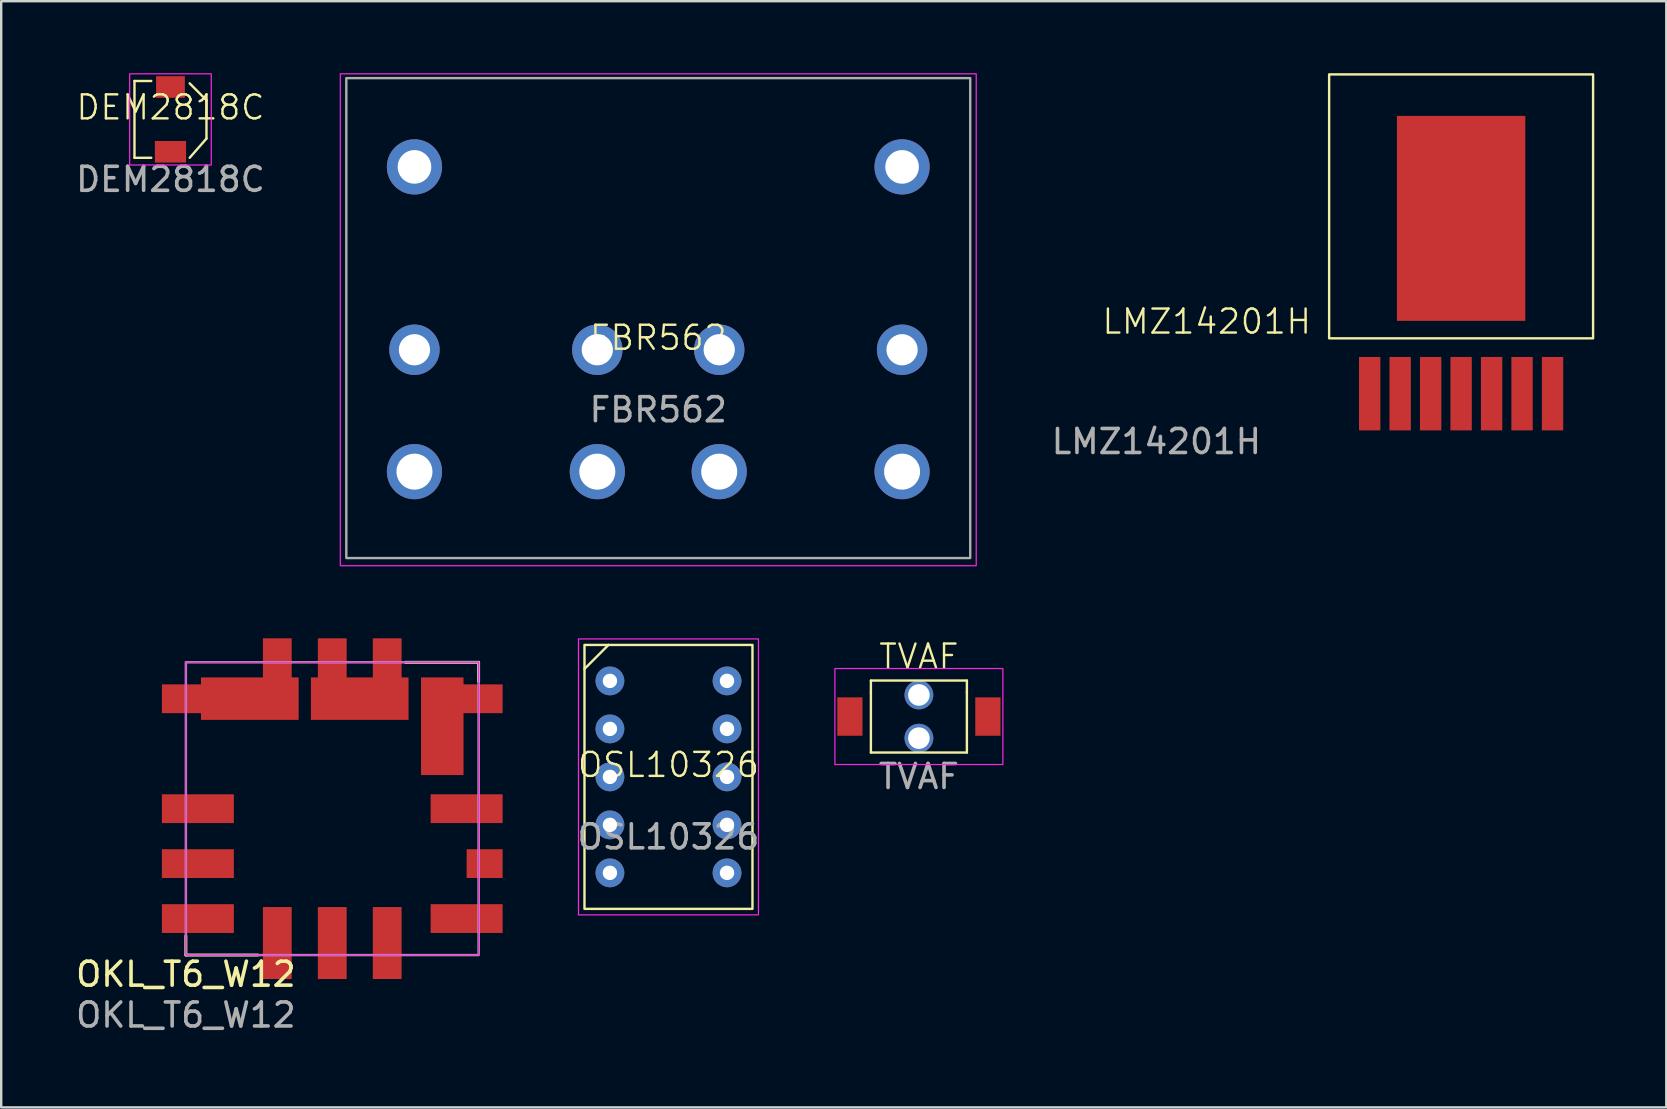
<source format=kicad_pcb>
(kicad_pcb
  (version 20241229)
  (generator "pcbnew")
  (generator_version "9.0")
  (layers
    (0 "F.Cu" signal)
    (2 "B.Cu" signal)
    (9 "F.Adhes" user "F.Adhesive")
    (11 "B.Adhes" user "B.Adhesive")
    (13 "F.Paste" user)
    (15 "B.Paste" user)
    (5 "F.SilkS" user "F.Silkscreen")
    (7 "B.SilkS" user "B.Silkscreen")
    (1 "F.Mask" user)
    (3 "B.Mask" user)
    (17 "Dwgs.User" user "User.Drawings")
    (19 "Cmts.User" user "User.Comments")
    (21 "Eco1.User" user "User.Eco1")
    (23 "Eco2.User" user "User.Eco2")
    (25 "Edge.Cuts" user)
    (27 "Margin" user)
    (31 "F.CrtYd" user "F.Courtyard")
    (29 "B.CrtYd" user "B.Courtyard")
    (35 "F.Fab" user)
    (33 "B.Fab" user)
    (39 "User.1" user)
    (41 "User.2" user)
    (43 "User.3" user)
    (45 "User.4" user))
  (footprint "TVAF"
    (layer "F.Cu")
    (at 35.243 26.811)
    (property "Reference" "TVAF" (at 0 -2.5 0) (unlocked yes) (layer "F.SilkS") (effects (font (size 1 1) (thickness 0.1))))
    (attr smd)
    (fp_line (start -2 -1.5) (end 2 -1.5) (stroke (width 0.1) (type default)) (layer "F.SilkS"))
    (fp_line (start -2 -1) (end -2 -1.5) (stroke (width 0.1) (type default)) (layer "F.SilkS"))
    (fp_line (start -2 1.5) (end -2 -1) (stroke (width 0.1) (type default)) (layer "F.SilkS"))
    (fp_line (start 2 -1.5) (end 2 -1) (stroke (width 0.1) (type default)) (layer "F.SilkS"))
    (fp_line (start 2 -1) (end 2 1.5) (stroke (width 0.1) (type default)) (layer "F.SilkS"))
    (fp_line (start 2 1.5) (end -2 1.5) (stroke (width 0.1) (type default)) (layer "F.SilkS"))
    (fp_rect (start -3.5 -2) (end 3.5 2) (stroke (width 0.05) (type default)) (fill no) (layer "F.CrtYd"))
    (fp_text user "${REFERENCE}" (at 0 2.5 0) (unlocked yes) (layer "F.Fab") (effects (font (size 1 1) (thickness 0.15))))
    (pad "" thru_hole circle (at 0 -0.9) (size 1.2 1.2) (drill 0.9) (layers "*.Cu" "*.Mask"))
    (pad "" thru_hole circle (at 0 0.9) (size 1.2 1.2) (drill 0.9) (layers "*.Cu" "*.Mask"))
    (pad "1" smd rect (at -2.875 0) (size 1.05 1.6) (layers "F.Cu" "F.Mask" "F.Paste"))
    (pad "2" smd rect (at 2.875 0) (size 1.05 1.6) (layers "F.Cu" "F.Mask" "F.Paste")))
  (footprint "LMZ14201H"
    (layer "F.Cu")
    (at 57.839 6.05)
    (property "Reference" "LMZ14201H" (at -10.6 4.3 0) (unlocked yes) (layer "F.SilkS") (effects (font (size 1 1) (thickness 0.1))))
    (attr smd)
    (fp_rect (start -5.5 -6) (end 5.5 5) (stroke (width 0.1) (type default)) (fill no) (layer "F.SilkS"))
    (fp_text user "${REFERENCE}" (at -12.7 9.3 0) (unlocked yes) (layer "F.Fab") (effects (font (size 1 1) (thickness 0.15))))
    (pad "1" smd rect (at -3.81 7.305) (size 0.89 3.06) (layers "F.Cu" "F.Mask" "F.Paste"))
    (pad "2" smd rect (at -2.54 7.305) (size 0.89 3.06) (layers "F.Cu" "F.Mask" "F.Paste"))
    (pad "3" smd rect (at -1.27 7.305) (size 0.89 3.06) (layers "F.Cu" "F.Mask" "F.Paste"))
    (pad "4" smd rect (at 0 0) (size 5.35 8.54) (layers "F.Cu" "F.Mask" "F.Paste"))
    (pad "4" smd rect (at 0 7.305) (size 0.89 3.06) (layers "F.Cu" "F.Mask" "F.Paste"))
    (pad "5" smd rect (at 1.27 7.305) (size 0.89 3.06) (layers "F.Cu" "F.Mask" "F.Paste"))
    (pad "6" smd rect (at 2.54 7.305) (size 0.89 3.06) (layers "F.Cu" "F.Mask" "F.Paste"))
    (pad "7" smd rect (at 3.81 7.305) (size 0.89 3.06) (layers "F.Cu" "F.Mask" "F.Paste")))
  (footprint "DEM2818C"
    (layer "F.Cu")
    (at 4.054 1.925)
    (property "Reference" "DEM2818C" (at 0 -0.5 0) (unlocked yes) (layer "F.SilkS") (effects (font (size 1 1) (thickness 0.1))))
    (attr smd)
    (fp_line (start -1.5 -1.6) (end -1.5 1.6) (stroke (width 0.1) (type default)) (layer "F.SilkS"))
    (fp_line (start -1.5 1.6) (end -0.8 1.6) (stroke (width 0.1) (type default)) (layer "F.SilkS"))
    (fp_line (start -0.8 -1.6) (end -1.5 -1.6) (stroke (width 0.1) (type default)) (layer "F.SilkS"))
    (fp_line (start 0.8 1.6) (end 1.5 0.8) (stroke (width 0.1) (type default)) (layer "F.SilkS"))
    (fp_line (start 1.5 -0.8) (end 0.8 -1.5) (stroke (width 0.1) (type default)) (layer "F.SilkS"))
    (fp_line (start 1.5 0.8) (end 1.5 -0.8) (stroke (width 0.1) (type default)) (layer "F.SilkS"))
    (fp_rect (start -1.7 -1.9) (end 1.7 1.9) (stroke (width 0.05) (type default)) (fill no) (layer "F.CrtYd"))
    (fp_text user "${REFERENCE}" (at 0 2.5 0) (unlocked yes) (layer "F.Fab") (effects (font (size 1 1) (thickness 0.15))))
    (pad "1" smd rect (at 0 -1.35) (size 1.2 0.9) (layers "F.Cu" "F.Mask" "F.Paste"))
    (pad "2" smd rect (at 0 1.35) (size 1.3 0.9) (layers "F.Cu" "F.Mask" "F.Paste")))
  (footprint "OKL_T6_W12"
    (layer "F.Cu")
    (at 4.696 36.75)
    (property "Reference" "OKL_T6_W12" (at 0 0.8 0) (unlocked yes) (layer "F.SilkS") (effects (font (size 1 1) (thickness 0.15))))
    (attr smd)
    (fp_line (start 0 -0.8) (end 0 0) (stroke (width 0.12) (type solid)) (layer "F.SilkS"))
    (fp_line (start 0 0) (end 3 0) (stroke (width 0.12) (type solid)) (layer "F.SilkS"))
    (fp_line (start 9.15 -12.2) (end 12.2 -12.2) (stroke (width 0.12) (type solid)) (layer "F.SilkS"))
    (fp_line (start 12.2 -12.2) (end 12.2 -11.4) (stroke (width 0.12) (type solid)) (layer "F.SilkS"))
    (fp_rect (start 0 0) (end 12.2 -12.2) (stroke (width 0.05) (type solid)) (fill no) (layer "F.CrtYd"))
    (fp_rect (start 0 0) (end 12.2 -12.2) (stroke (width 0.1) (type solid)) (fill no) (layer "F.Fab"))
    (fp_text user "${REFERENCE}" (at 0 2.5 0) (unlocked yes) (layer "F.Fab") (effects (font (size 1 1) (thickness 0.15))))
    (pad "1" smd rect (at 0.5 -6.1 90) (size 1.2 3) (layers "F.Cu" "F.Mask" "F.Paste"))
    (pad "2" smd rect (at 0.5 -10.68 90) (size 1.2 3) (layers "F.Cu" "F.Mask" "F.Paste"))
    (pad "2" smd rect (at 2.665 -10.685) (size 4.07 1.77) (layers "F.Cu" "F.Mask" "F.Paste"))
    (pad "2" smd rect (at 3.81 -11.7 180) (size 1.2 3) (layers "F.Cu" "F.Mask" "F.Paste"))
    (pad "3" smd rect (at 6.1 -11.7 180) (size 1.2 3) (layers "F.Cu" "F.Mask" "F.Paste"))
    (pad "3" smd rect (at 7.245 -10.685) (size 4.07 1.77) (layers "F.Cu" "F.Mask" "F.Paste"))
    (pad "3" smd rect (at 8.39 -11.7 180) (size 1.2 3) (layers "F.Cu" "F.Mask" "F.Paste"))
    (pad "4" smd rect (at 10.685 -9.535) (size 1.77 4.07) (layers "F.Cu" "F.Mask" "F.Paste"))
    (pad "4" smd rect (at 11.7 -10.68 90) (size 1.2 3) (layers "F.Cu" "F.Mask" "F.Paste"))
    (pad "5" smd rect (at 11.7 -6.1 90) (size 1.2 3) (layers "F.Cu" "F.Mask" "F.Paste"))
    (pad "6" smd rect (at 11.7 -1.52 90) (size 1.2 3) (layers "F.Cu" "F.Mask" "F.Paste"))
    (pad "7" smd rect (at 6.1 -0.5) (size 1.2 3) (layers "F.Cu" "F.Mask" "F.Paste"))
    (pad "8" smd rect (at 3.81 -0.5) (size 1.2 3) (layers "F.Cu" "F.Mask" "F.Paste"))
    (pad "9" smd rect (at 0.5 -1.52 90) (size 1.2 3) (layers "F.Cu" "F.Mask" "F.Paste"))
    (pad "10" smd rect (at 0.5 -3.81 90) (size 1.2 3) (layers "F.Cu" "F.Mask" "F.Paste"))
    (pad "11" smd rect (at 12.45 -3.81 90) (size 1.2 1.5) (layers "F.Cu" "F.Mask" "F.Paste"))
    (pad "12" smd rect (at 8.39 -0.5) (size 1.2 3) (layers "F.Cu" "F.Mask" "F.Paste")))
  (footprint "FBR562"
    (layer "F.Cu")
    (at 24.382 11.525)
    (property "Reference" "FBR562" (at 0 -0.5 0) (unlocked yes) (layer "F.SilkS") (effects (font (size 1 1) (thickness 0.1))))
    (attr through_hole)
    (fp_rect (start -13.25 -11.5) (end 13.25 9) (stroke (width 0.05) (type default)) (fill no) (layer "F.CrtYd"))
    (fp_rect (start 13 -11.32) (end -13 8.68) (stroke (width 0.1) (type default)) (fill no) (layer "F.Fab"))
    (fp_text user "${REFERENCE}" (at 0 2.5 0) (unlocked yes) (layer "F.Fab") (effects (font (size 1 1) (thickness 0.15))))
    (pad "1" thru_hole circle (at -10.16 5.08) (size 2.3 2.3) (drill 1.5) (layers "*.Cu" "*.Mask"))
    (pad "2" thru_hole circle (at -2.54 5.08) (size 2.3 2.3) (drill 1.5) (layers "*.Cu" "*.Mask"))
    (pad "3" thru_hole circle (at -10.16 0) (size 2.1 2.1) (drill 1.3) (layers "*.Cu" "*.Mask"))
    (pad "4" thru_hole circle (at -2.54 0) (size 2.1 2.1) (drill 1.3) (layers "*.Cu" "*.Mask"))
    (pad "5" thru_hole circle (at -10.16 -7.62) (size 2.3 2.3) (drill 1.4) (layers "*.Cu" "*.Mask"))
    (pad "6" thru_hole circle (at 2.54 5.08) (size 2.3 2.3) (drill 1.5) (layers "*.Cu" "*.Mask"))
    (pad "7" thru_hole circle (at 10.16 5.08) (size 2.3 2.3) (drill 1.5) (layers "*.Cu" "*.Mask"))
    (pad "8" thru_hole circle (at 2.54 0) (size 2.1 2.1) (drill 1.3) (layers "*.Cu" "*.Mask"))
    (pad "9" thru_hole circle (at 10.16 0) (size 2.1 2.1) (drill 1.3) (layers "*.Cu" "*.Mask"))
    (pad "10" thru_hole circle (at 10.16 -7.62) (size 2.3 2.3) (drill 1.4) (layers "*.Cu" "*.Mask")))
  (footprint "OSL10326"
    (layer "F.Cu")
    (at 24.807 29.325)
    (property "Reference" "OSL10326" (at 0 -0.5 0) (unlocked yes) (layer "F.SilkS") (effects (font (size 1 1) (thickness 0.1))))
    (attr through_hole)
    (fp_line (start -2.5 -5.5) (end -3.5 -4.5) (stroke (width 0.1) (type default)) (layer "F.SilkS"))
    (fp_rect (start -3.5 -5.5) (end 3.5 5.5) (stroke (width 0.1) (type default)) (fill no) (layer "F.SilkS"))
    (fp_rect (start -3.75 -5.75) (end 3.75 5.75) (stroke (width 0.05) (type default)) (fill no) (layer "F.CrtYd"))
    (fp_text user "${REFERENCE}" (at 0 2.5 0) (unlocked yes) (layer "F.Fab") (effects (font (size 1 1) (thickness 0.15))))
    (pad "1" thru_hole circle (at -2.44 -4) (size 1.2 1.2) (drill 0.6) (layers "*.Cu" "*.Mask"))
    (pad "2" thru_hole circle (at -2.44 -2) (size 1.2 1.2) (drill 0.6) (layers "*.Cu" "*.Mask"))
    (pad "3" thru_hole circle (at -2.44 0) (size 1.2 1.2) (drill 0.6) (layers "*.Cu" "*.Mask"))
    (pad "4" thru_hole circle (at -2.44 2) (size 1.2 1.2) (drill 0.6) (layers "*.Cu" "*.Mask"))
    (pad "5" thru_hole circle (at -2.44 4) (size 1.2 1.2) (drill 0.6) (layers "*.Cu" "*.Mask"))
    (pad "6" thru_hole circle (at 2.44 4) (size 1.2 1.2) (drill 0.6) (layers "*.Cu" "*.Mask"))
    (pad "7" thru_hole circle (at 2.44 2) (size 1.2 1.2) (drill 0.6) (layers "*.Cu" "*.Mask"))
    (pad "8" thru_hole circle (at 2.44 0) (size 1.2 1.2) (drill 0.6) (layers "*.Cu" "*.Mask"))
    (pad "9" thru_hole circle (at 2.44 -2) (size 1.2 1.2) (drill 0.6) (layers "*.Cu" "*.Mask"))
    (pad "10" thru_hole circle (at 2.44 -4) (size 1.2 1.2) (drill 0.6) (layers "*.Cu" "*.Mask")))
  (gr_rect
    (start -3 -3)
    (end 66.389 43.098)
    (stroke (width 0.1) (type default))
    (fill no)
    (layer "Edge.Cuts")))
</source>
